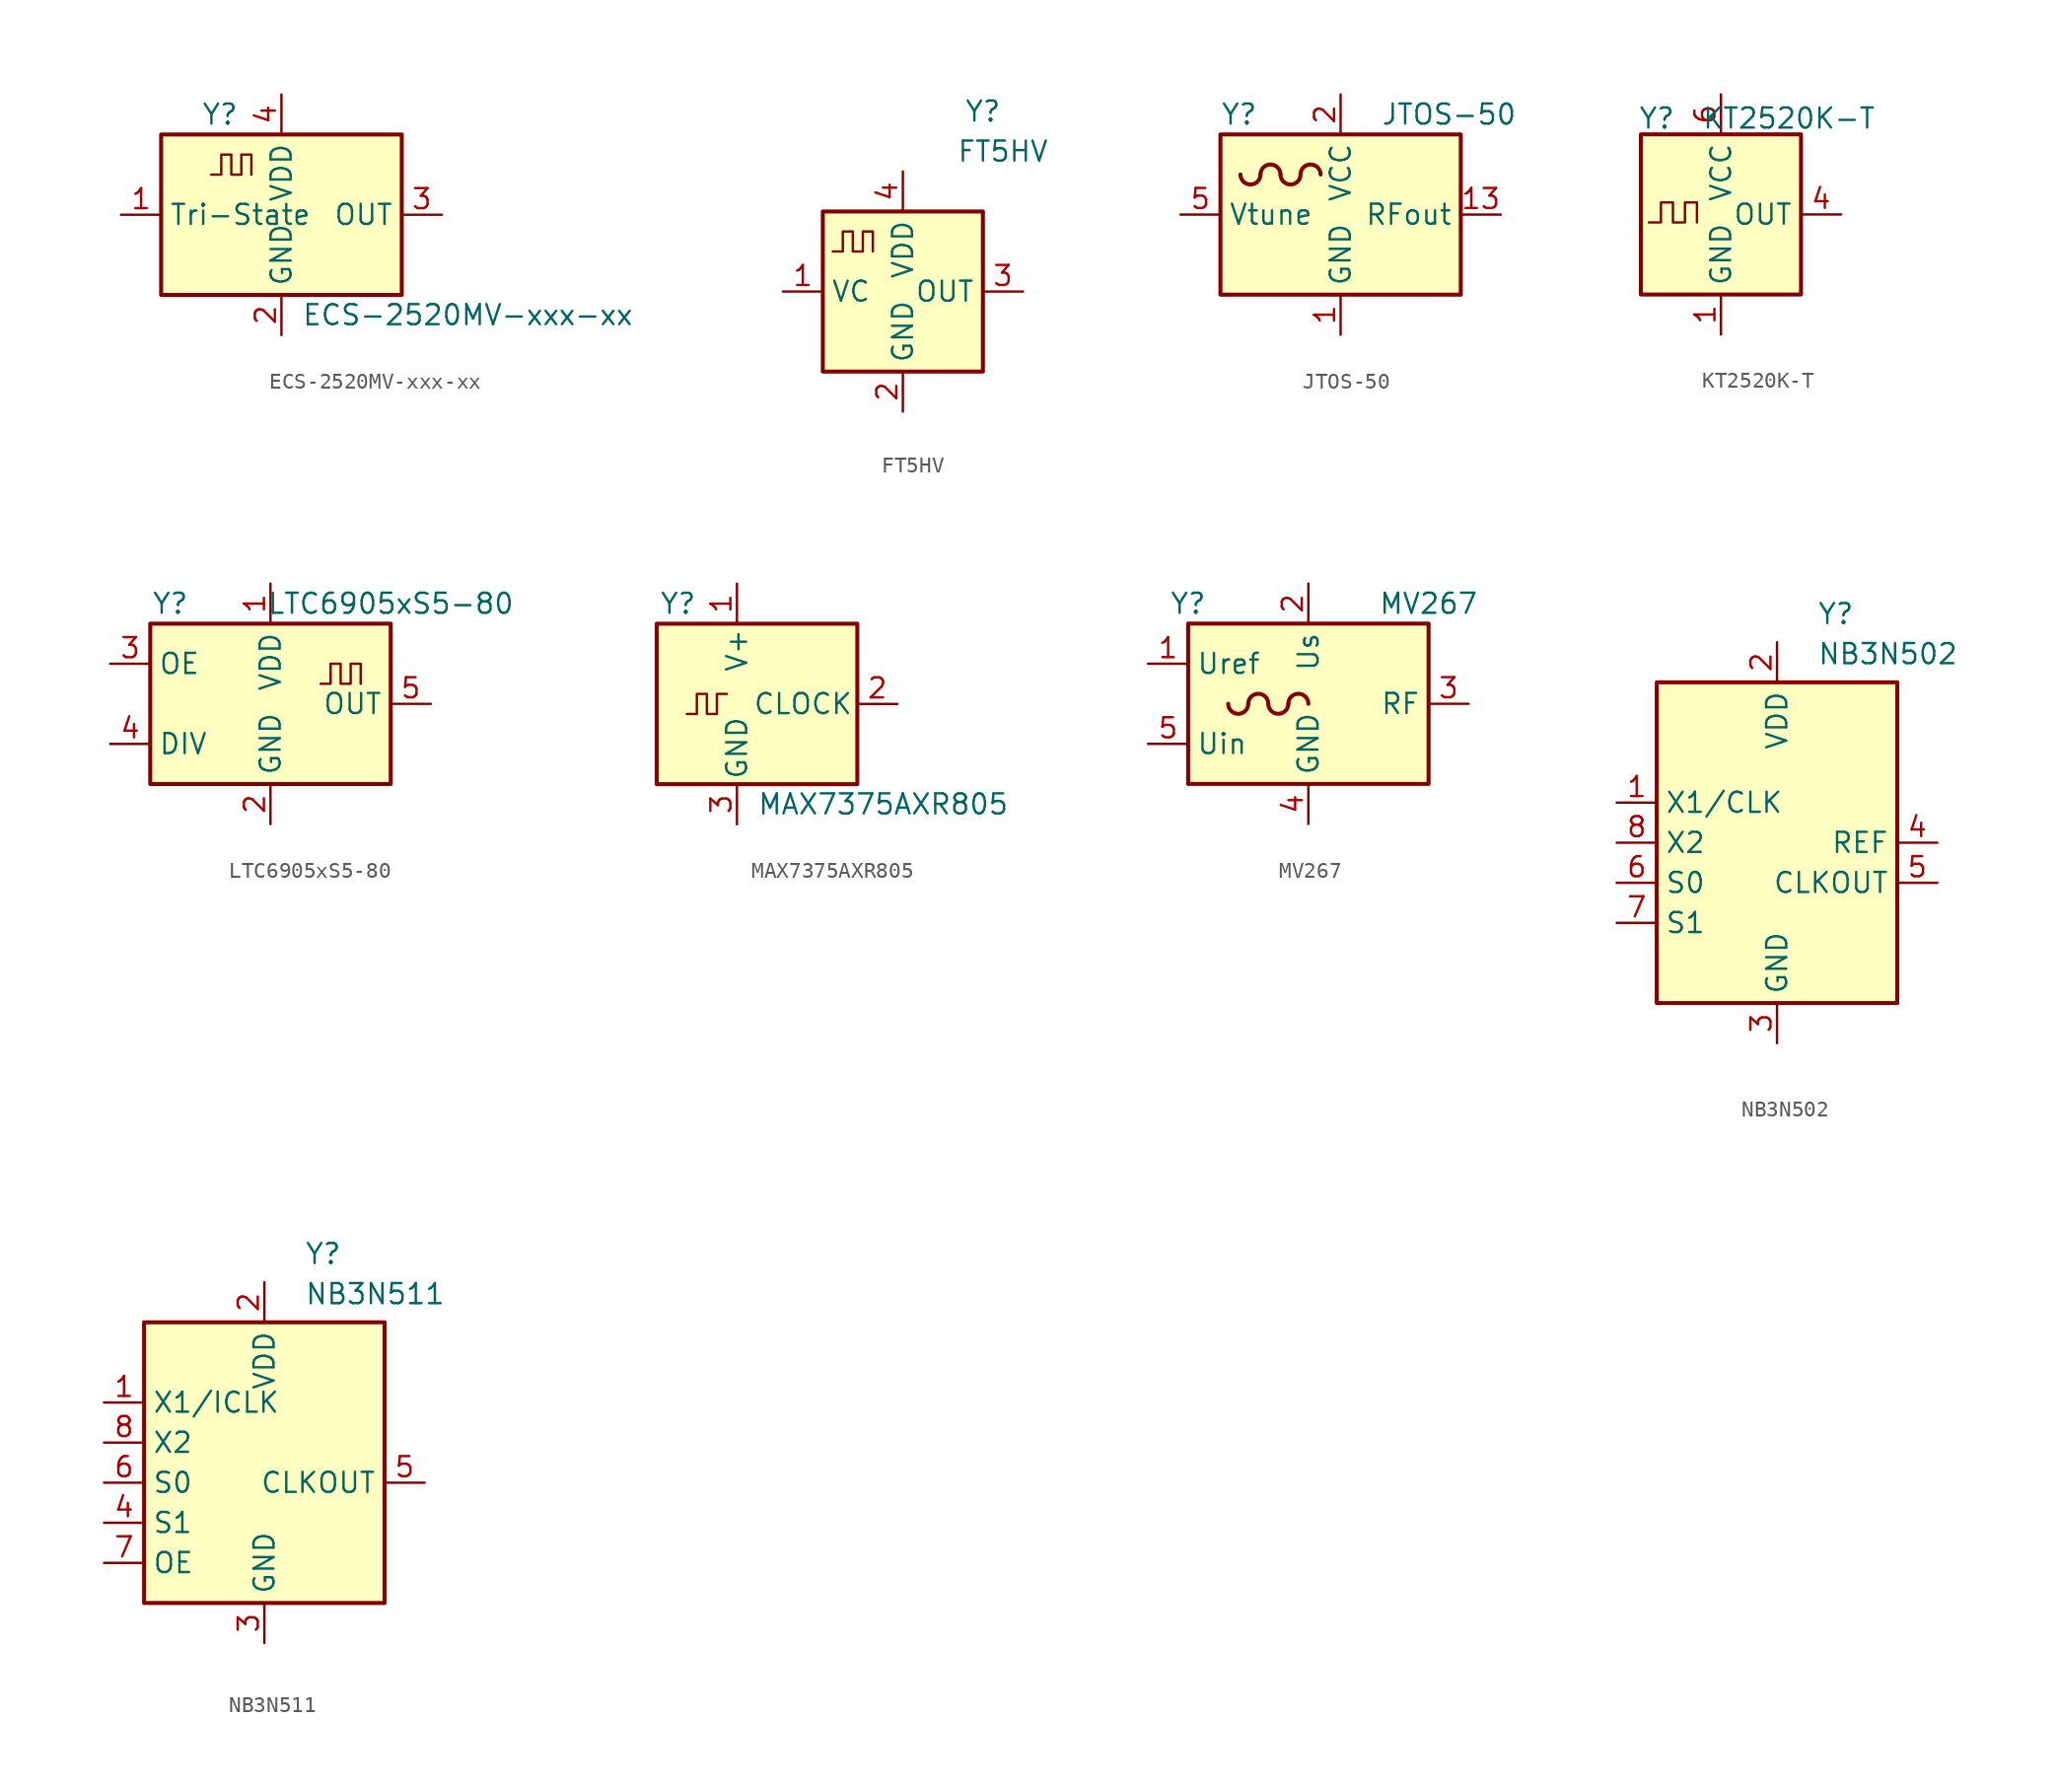
<source format=kicad_sym>
(kicad_symbol_lib
  (version 20241209)
  (generator "kicad_symbol_editor")
  (generator_version "9.0")
  (symbol "ECS-2520MV-xxx-xx"
    (property "Reference" "Y"
      (at -5.08 6.35 0)
      (effects (font (size 1.27 1.27)) (justify left)))
    (property "Value" "ECS-2520MV-xxx-xx"
      (at 1.27 -6.35 0)
      (effects (font (size 1.27 1.27)) (justify left)))
    (symbol "ECS-2520MV-xxx-xx_0_1"
      (rectangle (start -7.62 5.08) (end 7.62 -5.08) (stroke (width 0.254) (type default)) (fill (type background)))
      (polyline (pts (xy -4.445 2.54) (xy -3.81 2.54) (xy -3.81 3.81) (xy -3.175 3.81) (xy -3.175 2.54) (xy -2.54 2.54) (xy -2.54 3.81) (xy -1.905 3.81) (xy -1.905 2.54)) (stroke (width 0) (type default)) (fill (type none))))
    (symbol "ECS-2520MV-xxx-xx_1_1"
      (pin input line (at -10.16 0 0) (length 2.54) (name "Tri-State" (effects (font (size 1.27 1.27)))) (number "1" (effects (font (size 1.27 1.27)))))
      (pin power_in line (at 0 7.62 270) (length 2.54) (name "VDD" (effects (font (size 1.27 1.27)))) (number "4" (effects (font (size 1.27 1.27)))))
      (pin power_in line (at 0 -7.62 90) (length 2.54) (name "GND" (effects (font (size 1.27 1.27)))) (number "2" (effects (font (size 1.27 1.27)))))
      (pin output line (at 10.16 0 180) (length 2.54) (name "OUT" (effects (font (size 1.27 1.27)))) (number "3" (effects (font (size 1.27 1.27)))))))
  (symbol "FT5HV"
    (property "Reference" "Y"
      (at 5.08 11.43 0)
      (effects (font (size 1.27 1.27))))
    (property "Value" "FT5HV"
      (at 6.35 8.89 0)
      (effects (font (size 1.27 1.27))))
    (symbol "FT5HV_0_1"
      (rectangle (start -5.08 5.08) (end 5.08 -5.08) (stroke (width 0.254) (type default)) (fill (type background)))
      (polyline (pts (xy -4.445 2.54) (xy -3.81 2.54) (xy -3.81 3.81) (xy -3.175 3.81) (xy -3.175 2.54) (xy -2.54 2.54) (xy -2.54 3.81) (xy -1.905 3.81) (xy -1.905 2.54)) (stroke (width 0) (type default)) (fill (type none))))
    (symbol "FT5HV_1_1"
      (pin input line (at -7.62 0 0) (length 2.54) (name "VC" (effects (font (size 1.27 1.27)))) (number "1" (effects (font (size 1.27 1.27)))))
      (pin power_in line (at 0 7.62 270) (length 2.54) (name "VDD" (effects (font (size 1.27 1.27)))) (number "4" (effects (font (size 1.27 1.27)))))
      (pin power_in line (at 0 -7.62 90) (length 2.54) (name "GND" (effects (font (size 1.27 1.27)))) (number "2" (effects (font (size 1.27 1.27)))))
      (pin output line (at 7.62 0 180) (length 2.54) (name "OUT" (effects (font (size 1.27 1.27)))) (number "3" (effects (font (size 1.27 1.27)))))))
  (symbol "JTOS-50"
    (property "Reference" "Y"
      (at -7.62 6.35 0)
      (effects (font (size 1.27 1.27)) (justify left)))
    (property "Value" "JTOS-50"
      (at 2.54 6.35 0)
      (effects (font (size 1.27 1.27)) (justify left)))
    (symbol "JTOS-50_0_1"
      (rectangle (start -7.62 5.08) (end 7.62 -5.08) (stroke (width 0.254) (type default)) (fill (type background)))
      (arc (start -5.08 2.54) (mid -5.715 1.9077) (end -6.35 2.54) (stroke (width 0.254) (type default)) (fill (type none)))
      (arc (start -5.08 2.54) (mid -4.445 3.1723) (end -3.81 2.54) (stroke (width 0.254) (type default)) (fill (type none)))
      (arc (start -2.54 2.54) (mid -3.175 1.9077) (end -3.81 2.54) (stroke (width 0.254) (type default)) (fill (type none)))
      (arc (start -2.54 2.54) (mid -1.905 3.1723) (end -1.27 2.54) (stroke (width 0.254) (type default)) (fill (type none))))
    (symbol "JTOS-50_1_1"
      (pin input line (at -10.16 0 0) (length 2.54) (name "Vtune" (effects (font (size 1.27 1.27)))) (number "5" (effects (font (size 1.27 1.27)))))
      (pin power_in line (at 0 7.62 270) (length 2.54) (name "VCC" (effects (font (size 1.27 1.27)))) (number "2" (effects (font (size 1.27 1.27)))))
      (pin power_in line (at 0 -7.62 90) (length 2.54) (name "GND" (effects (font (size 1.27 1.27)))) (number "1" (effects (font (size 1.27 1.27)))))
      (pin passive line (at 0 -7.62 90) (length 2.54) (hide yes) (name "GND" (effects (font (size 1.27 1.27)))) (number "10" (effects (font (size 1.27 1.27)))))
      (pin passive line (at 0 -7.62 90) (length 2.54) (hide yes) (name "GND" (effects (font (size 1.27 1.27)))) (number "11" (effects (font (size 1.27 1.27)))))
      (pin passive line (at 0 -7.62 90) (length 2.54) (hide yes) (name "GND" (effects (font (size 1.27 1.27)))) (number "12" (effects (font (size 1.27 1.27)))))
      (pin passive line (at 0 -7.62 90) (length 2.54) (hide yes) (name "GND" (effects (font (size 1.27 1.27)))) (number "14" (effects (font (size 1.27 1.27)))))
      (pin passive line (at 0 -7.62 90) (length 2.54) (hide yes) (name "GND" (effects (font (size 1.27 1.27)))) (number "3" (effects (font (size 1.27 1.27)))))
      (pin passive line (at 0 -7.62 90) (length 2.54) (hide yes) (name "GND" (effects (font (size 1.27 1.27)))) (number "4" (effects (font (size 1.27 1.27)))))
      (pin passive line (at 0 -7.62 90) (length 2.54) (hide yes) (name "GND" (effects (font (size 1.27 1.27)))) (number "6" (effects (font (size 1.27 1.27)))))
      (pin passive line (at 0 -7.62 90) (length 2.54) (hide yes) (name "GND" (effects (font (size 1.27 1.27)))) (number "7" (effects (font (size 1.27 1.27)))))
      (pin passive line (at 0 -7.62 90) (length 2.54) (hide yes) (name "GND" (effects (font (size 1.27 1.27)))) (number "8" (effects (font (size 1.27 1.27)))))
      (pin passive line (at 0 -7.62 90) (length 2.54) (hide yes) (name "GND" (effects (font (size 1.27 1.27)))) (number "9" (effects (font (size 1.27 1.27)))))
      (pin output line (at 10.16 0 180) (length 2.54) (name "RFout" (effects (font (size 1.27 1.27)))) (number "13" (effects (font (size 1.27 1.27)))))))
  (symbol "KT2520K-T"
    (property "Reference" "Y"
      (at -4.064 6.096 0)
      (effects (font (size 1.27 1.27))))
    (property "Value" "KT2520K-T"
      (at 4.318 6.096 0)
      (effects (font (size 1.27 1.27))))
    (symbol "KT2520K-T_0_1"
      (rectangle (start -5.08 5.08) (end 5.08 -5.08) (stroke (width 0.254) (type default)) (fill (type background)))
      (polyline (pts (xy -4.572 -0.508) (xy -3.81 -0.508) (xy -3.81 0.762) (xy -3.048 0.762) (xy -3.048 -0.508) (xy -2.286 -0.508) (xy -2.286 0.762) (xy -1.524 0.762) (xy -1.524 -0.508)) (stroke (width 0) (type default)) (fill (type none))))
    (symbol "KT2520K-T_1_1"
      (pin no_connect line (at -5.08 2.54 0) (length 2.54) (hide yes) (name "NC" (effects (font (size 1.27 1.27)))) (number "2" (effects (font (size 1.27 1.27)))))
      (pin no_connect line (at -5.08 -2.54 0) (length 2.54) (hide yes) (name "NC" (effects (font (size 1.27 1.27)))) (number "5" (effects (font (size 1.27 1.27)))))
      (pin power_in line (at 0 7.62 270) (length 2.54) (name "VCC" (effects (font (size 1.27 1.27)))) (number "6" (effects (font (size 1.27 1.27)))))
      (pin power_in line (at 0 -7.62 90) (length 2.54) (name "GND" (effects (font (size 1.27 1.27)))) (number "1" (effects (font (size 1.27 1.27)))))
      (pin passive line (at 0 -7.62 90) (length 2.54) (hide yes) (name "GND" (effects (font (size 1.27 1.27)))) (number "3" (effects (font (size 1.27 1.27)))))
      (pin output line (at 7.62 0 180) (length 2.54) (name "OUT" (effects (font (size 1.27 1.27)))) (number "4" (effects (font (size 1.27 1.27)))))))
  (symbol "LTC6905xS5-80"
    (property "Reference" "Y"
      (at -6.35 6.35 0)
      (effects (font (size 1.27 1.27))))
    (property "Value" "LTC6905xS5-80"
      (at 7.62 6.35 0)
      (effects (font (size 1.27 1.27))))
    (symbol "LTC6905xS5-80_1_1"
      (rectangle (start -7.62 5.08) (end 7.62 -5.08) (stroke (width 0.254) (type default)) (fill (type background)))
      (polyline (pts (xy 3.175 1.27) (xy 3.81 1.27) (xy 3.81 2.54) (xy 4.445 2.54) (xy 4.445 1.27) (xy 5.08 1.27) (xy 5.08 2.54) (xy 5.715 2.54) (xy 5.715 1.27)) (stroke (width 0) (type default)) (fill (type none)))
      (pin input line (at -10.16 2.54 0) (length 2.54) (name "OE" (effects (font (size 1.27 1.27)))) (number "3" (effects (font (size 1.27 1.27)))))
      (pin input line (at -10.16 -2.54 0) (length 2.54) (name "DIV" (effects (font (size 1.27 1.27)))) (number "4" (effects (font (size 1.27 1.27)))))
      (pin power_in line (at 0 7.62 270) (length 2.54) (name "VDD" (effects (font (size 1.27 1.27)))) (number "1" (effects (font (size 1.27 1.27)))))
      (pin power_in line (at 0 -7.62 90) (length 2.54) (name "GND" (effects (font (size 1.27 1.27)))) (number "2" (effects (font (size 1.27 1.27)))))
      (pin output line (at 10.16 0 180) (length 2.54) (name "OUT" (effects (font (size 1.27 1.27)))) (number "5" (effects (font (size 1.27 1.27)))))))
  (symbol "MAX7375AXR805"
    (pin_names
      (offset 0.254))
    (property "Reference" "Y"
      (at -2.54 6.35 0)
      (effects (font (size 1.27 1.27)) (justify right)))
    (property "Value" "MAX7375AXR805"
      (at 1.27 -6.35 0)
      (effects (font (size 1.27 1.27)) (justify left)))
    (symbol "MAX7375AXR805_0_1"
      (rectangle (start -5.08 5.08) (end 7.62 -5.08) (stroke (width 0.254) (type default)) (fill (type background)))
      (polyline (pts (xy -3.175 -0.635) (xy -2.54 -0.635) (xy -2.54 0.635) (xy -1.905 0.635) (xy -1.905 -0.635) (xy -1.27 -0.635) (xy -1.27 0.635) (xy -0.635 0.635)) (stroke (width 0) (type default)) (fill (type none))))
    (symbol "MAX7375AXR805_1_1"
      (pin power_in line (at 0 7.62 270) (length 2.54) (name "V+" (effects (font (size 1.27 1.27)))) (number "1" (effects (font (size 1.27 1.27)))))
      (pin power_in line (at 0 -7.62 90) (length 2.54) (name "GND" (effects (font (size 1.27 1.27)))) (number "3" (effects (font (size 1.27 1.27)))))
      (pin output line (at 10.16 0 180) (length 2.54) (name "CLOCK" (effects (font (size 1.27 1.27)))) (number "2" (effects (font (size 1.27 1.27)))))))
  (symbol "MV267"
    (property "Reference" "Y"
      (at -7.62 6.35 0)
      (effects (font (size 1.27 1.27))))
    (property "Value" "MV267"
      (at 7.62 6.35 0)
      (effects (font (size 1.27 1.27))))
    (symbol "MV267_0_1"
      (rectangle (start -7.62 5.08) (end 7.62 -5.08) (stroke (width 0.254) (type default)) (fill (type background)))
      (arc (start -3.81 0) (mid -4.445 -0.6323) (end -5.08 0) (stroke (width 0.254) (type default)) (fill (type none)))
      (arc (start -3.81 0) (mid -3.175 0.6323) (end -2.54 0) (stroke (width 0.254) (type default)) (fill (type none)))
      (arc (start -1.27 0) (mid -1.905 -0.6323) (end -2.54 0) (stroke (width 0.254) (type default)) (fill (type none)))
      (arc (start -1.27 0) (mid -0.635 0.6323) (end 0 0) (stroke (width 0.254) (type default)) (fill (type none))))
    (symbol "MV267_1_1"
      (pin output line (at -10.16 2.54 0) (length 2.54) (name "Uref" (effects (font (size 1.27 1.27)))) (number "1" (effects (font (size 1.27 1.27)))))
      (pin input line (at -10.16 -2.54 0) (length 2.54) (name "Uin" (effects (font (size 1.27 1.27)))) (number "5" (effects (font (size 1.27 1.27)))))
      (pin power_in line (at 0 7.62 270) (length 2.54) (name "Us" (effects (font (size 1.27 1.27)))) (number "2" (effects (font (size 1.27 1.27)))))
      (pin power_in line (at 0 -7.62 90) (length 2.54) (name "GND" (effects (font (size 1.27 1.27)))) (number "4" (effects (font (size 1.27 1.27)))))
      (pin output line (at 10.16 0 180) (length 2.54) (name "RF" (effects (font (size 1.27 1.27)))) (number "3" (effects (font (size 1.27 1.27)))))))
  (symbol "NB3N502"
    (property "Reference" "Y"
      (at 2.54 15.24 0)
      (effects (font (size 1.27 1.27)) (justify left top)))
    (property "Value" "NB3N502"
      (at 2.54 12.7 0)
      (effects (font (size 1.27 1.27)) (justify left top)))
    (symbol "NB3N502_0_1"
      (rectangle (start -7.62 10.16) (end 7.62 -10.16) (stroke (width 0.254) (type default)) (fill (type background))))
    (symbol "NB3N502_1_1"
      (pin input line (at -10.16 2.54 0) (length 2.54) (name "X1/CLK" (effects (font (size 1.27 1.27)))) (number "1" (effects (font (size 1.27 1.27)))))
      (pin output line (at -10.16 0 0) (length 2.54) (name "X2" (effects (font (size 1.27 1.27)))) (number "8" (effects (font (size 1.27 1.27)))))
      (pin input line (at -10.16 -2.54 0) (length 2.54) (name "S0" (effects (font (size 1.27 1.27)))) (number "6" (effects (font (size 1.27 1.27)))))
      (pin input line (at -10.16 -5.08 0) (length 2.54) (name "S1" (effects (font (size 1.27 1.27)))) (number "7" (effects (font (size 1.27 1.27)))))
      (pin power_in line (at 0 12.7 270) (length 2.54) (name "VDD" (effects (font (size 1.27 1.27)))) (number "2" (effects (font (size 1.27 1.27)))))
      (pin power_in line (at 0 -12.7 90) (length 2.54) (name "GND" (effects (font (size 1.27 1.27)))) (number "3" (effects (font (size 1.27 1.27)))))
      (pin output line (at 10.16 0 180) (length 2.54) (name "REF" (effects (font (size 1.27 1.27)))) (number "4" (effects (font (size 1.27 1.27)))))
      (pin output line (at 10.16 -2.54 180) (length 2.54) (name "CLKOUT" (effects (font (size 1.27 1.27)))) (number "5" (effects (font (size 1.27 1.27)))))))
  (symbol "NB3N511"
    (property "Reference" "Y"
      (at 2.54 15.24 0)
      (effects (font (size 1.27 1.27)) (justify left top)))
    (property "Value" "NB3N511"
      (at 2.54 12.7 0)
      (effects (font (size 1.27 1.27)) (justify left top)))
    (symbol "NB3N511_0_1"
      (rectangle (start -7.62 10.16) (end 7.62 -7.62) (stroke (width 0.254) (type default)) (fill (type background))))
    (symbol "NB3N511_1_1"
      (pin input line (at -10.16 5.08 0) (length 2.54) (name "X1/ICLK" (effects (font (size 1.27 1.27)))) (number "1" (effects (font (size 1.27 1.27)))))
      (pin passive line (at -10.16 2.54 0) (length 2.54) (name "X2" (effects (font (size 1.27 1.27)))) (number "8" (effects (font (size 1.27 1.27)))))
      (pin input line (at -10.16 0 0) (length 2.54) (name "S0" (effects (font (size 1.27 1.27)))) (number "6" (effects (font (size 1.27 1.27)))))
      (pin input line (at -10.16 -2.54 0) (length 2.54) (name "S1" (effects (font (size 1.27 1.27)))) (number "4" (effects (font (size 1.27 1.27)))))
      (pin input line (at -10.16 -5.08 0) (length 2.54) (name "OE" (effects (font (size 1.27 1.27)))) (number "7" (effects (font (size 1.27 1.27)))))
      (pin power_in line (at 0 12.7 270) (length 2.54) (name "VDD" (effects (font (size 1.27 1.27)))) (number "2" (effects (font (size 1.27 1.27)))))
      (pin power_in line (at 0 -10.16 90) (length 2.54) (name "GND" (effects (font (size 1.27 1.27)))) (number "3" (effects (font (size 1.27 1.27)))))
      (pin output line (at 10.16 0 180) (length 2.54) (name "CLKOUT" (effects (font (size 1.27 1.27)))) (number "5" (effects (font (size 1.27 1.27))))))))
</source>
